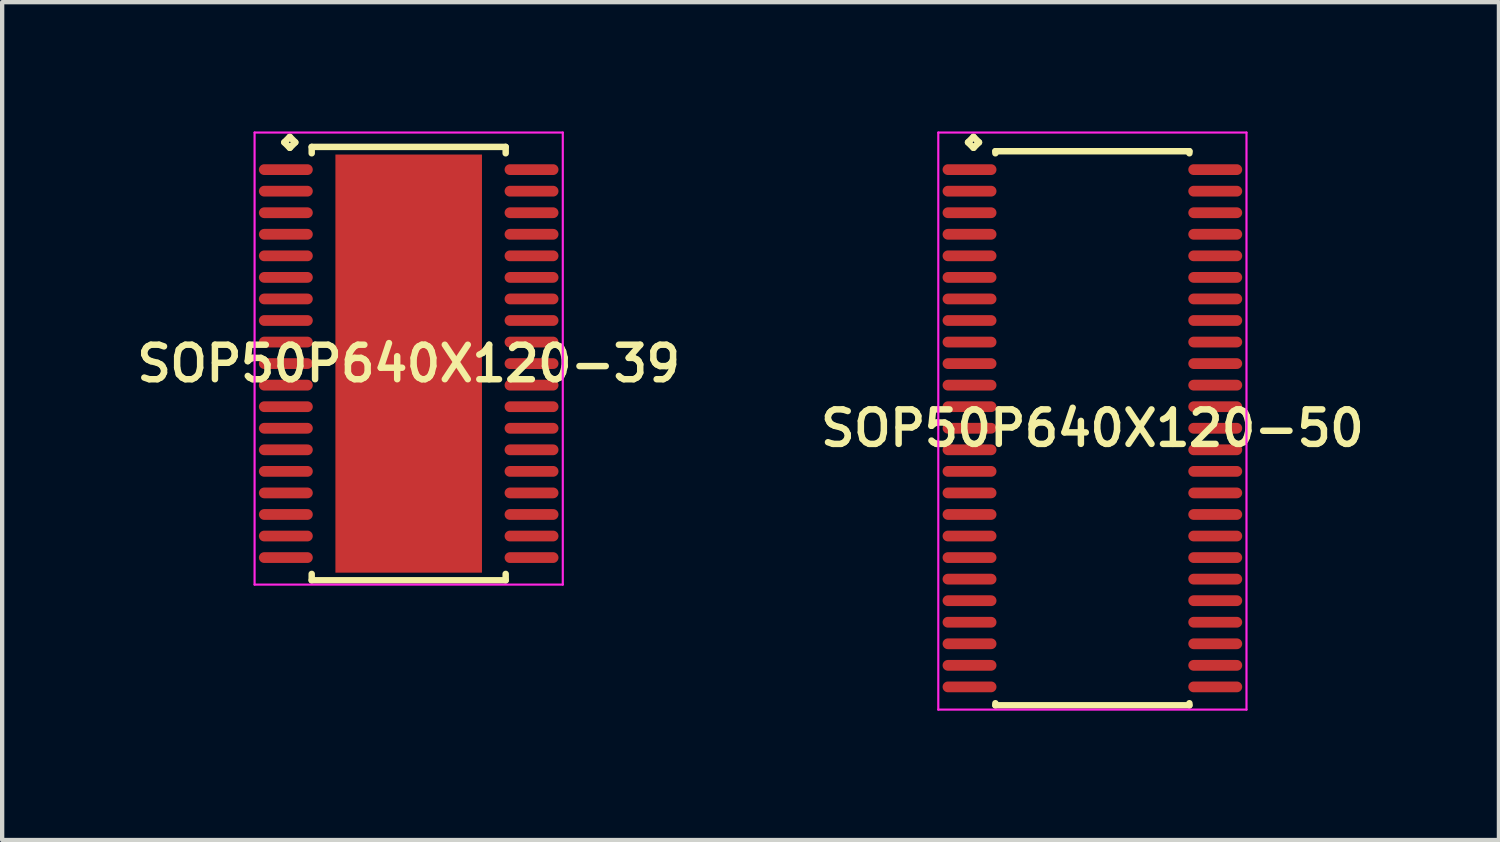
<source format=kicad_pcb>
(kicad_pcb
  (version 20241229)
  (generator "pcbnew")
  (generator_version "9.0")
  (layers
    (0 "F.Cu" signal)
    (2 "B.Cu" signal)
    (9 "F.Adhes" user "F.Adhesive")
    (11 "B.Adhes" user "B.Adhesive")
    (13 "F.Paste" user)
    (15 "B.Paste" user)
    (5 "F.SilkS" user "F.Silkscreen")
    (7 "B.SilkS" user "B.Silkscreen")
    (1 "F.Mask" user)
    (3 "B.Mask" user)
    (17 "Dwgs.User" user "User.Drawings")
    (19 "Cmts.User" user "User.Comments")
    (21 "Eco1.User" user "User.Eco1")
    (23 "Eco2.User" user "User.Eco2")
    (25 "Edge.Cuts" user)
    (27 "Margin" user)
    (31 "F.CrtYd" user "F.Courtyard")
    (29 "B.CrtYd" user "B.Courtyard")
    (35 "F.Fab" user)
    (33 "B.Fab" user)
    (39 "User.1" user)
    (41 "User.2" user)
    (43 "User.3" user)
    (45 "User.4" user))
  (footprint "SOP50P640X120-39"
    (layer "F.Cu")
    (at 6.431 5.385)
    (property "Reference" "SOP50P640X120-39" (at 0 0 0) (layer "F.SilkS") (effects (font (size 0.8 0.8) (thickness 0.15))))
    (attr smd)
    (fp_line (start -2.885 -5.133) (end -2.758 -5.26) (stroke (width 0.15) (type solid)) (layer "F.SilkS"))
    (fp_line (start -2.758 -5.26) (end -2.631 -5.133) (stroke (width 0.15) (type solid)) (layer "F.SilkS"))
    (fp_line (start -2.758 -5.006) (end -2.885 -5.133) (stroke (width 0.15) (type solid)) (layer "F.SilkS"))
    (fp_line (start -2.631 -5.133) (end -2.758 -5.006) (stroke (width 0.15) (type solid)) (layer "F.SilkS"))
    (fp_line (start -2.25 -5.027) (end 2.25 -5.027) (stroke (width 0.15) (type solid)) (layer "F.SilkS"))
    (fp_line (start -2.25 -4.879) (end -2.25 -5.027) (stroke (width 0.15) (type solid)) (layer "F.SilkS"))
    (fp_line (start -2.25 4.879) (end -2.25 5.027) (stroke (width 0.15) (type solid)) (layer "F.SilkS"))
    (fp_line (start -2.25 5.027) (end 2.25 5.027) (stroke (width 0.15) (type solid)) (layer "F.SilkS"))
    (fp_line (start 2.25 -5.027) (end 2.25 -4.879) (stroke (width 0.15) (type solid)) (layer "F.SilkS"))
    (fp_line (start 2.25 5.027) (end 2.25 4.879) (stroke (width 0.15) (type solid)) (layer "F.SilkS"))
    (fp_line (start -3.575 -5.36) (end 3.575 -5.36) (stroke (width 0.05) (type solid)) (layer "F.CrtYd"))
    (fp_line (start -3.575 5.127) (end -3.575 -5.36) (stroke (width 0.05) (type solid)) (layer "F.CrtYd"))
    (fp_line (start 3.575 -5.36) (end 3.575 5.127) (stroke (width 0.05) (type solid)) (layer "F.CrtYd"))
    (fp_line (start 3.575 5.127) (end -3.575 5.127) (stroke (width 0.05) (type solid)) (layer "F.CrtYd"))
    (pad "1" smd oval (at -2.85 -4.5) (size 1.25 0.25) (layers "F.Cu" "F.Mask" "F.Paste"))
    (pad "2" smd oval (at -2.85 -4) (size 1.25 0.25) (layers "F.Cu" "F.Mask" "F.Paste"))
    (pad "3" smd oval (at -2.85 -3.5) (size 1.25 0.25) (layers "F.Cu" "F.Mask" "F.Paste"))
    (pad "4" smd oval (at -2.85 -3) (size 1.25 0.25) (layers "F.Cu" "F.Mask" "F.Paste"))
    (pad "5" smd oval (at -2.85 -2.5) (size 1.25 0.25) (layers "F.Cu" "F.Mask" "F.Paste"))
    (pad "6" smd oval (at -2.85 -2) (size 1.25 0.25) (layers "F.Cu" "F.Mask" "F.Paste"))
    (pad "7" smd oval (at -2.85 -1.5) (size 1.25 0.25) (layers "F.Cu" "F.Mask" "F.Paste"))
    (pad "8" smd oval (at -2.85 -1) (size 1.25 0.25) (layers "F.Cu" "F.Mask" "F.Paste"))
    (pad "9" smd oval (at -2.85 -0.5) (size 1.25 0.25) (layers "F.Cu" "F.Mask" "F.Paste"))
    (pad "10" smd oval (at -2.85 0) (size 1.25 0.25) (layers "F.Cu" "F.Mask" "F.Paste"))
    (pad "11" smd oval (at -2.85 0.5) (size 1.25 0.25) (layers "F.Cu" "F.Mask" "F.Paste"))
    (pad "12" smd oval (at -2.85 1) (size 1.25 0.25) (layers "F.Cu" "F.Mask" "F.Paste"))
    (pad "13" smd oval (at -2.85 1.5) (size 1.25 0.25) (layers "F.Cu" "F.Mask" "F.Paste"))
    (pad "14" smd oval (at -2.85 2) (size 1.25 0.25) (layers "F.Cu" "F.Mask" "F.Paste"))
    (pad "15" smd oval (at -2.85 2.5) (size 1.25 0.25) (layers "F.Cu" "F.Mask" "F.Paste"))
    (pad "16" smd oval (at -2.85 3) (size 1.25 0.25) (layers "F.Cu" "F.Mask" "F.Paste"))
    (pad "17" smd oval (at -2.85 3.5) (size 1.25 0.25) (layers "F.Cu" "F.Mask" "F.Paste"))
    (pad "18" smd oval (at -2.85 4) (size 1.25 0.25) (layers "F.Cu" "F.Mask" "F.Paste"))
    (pad "19" smd oval (at -2.85 4.5) (size 1.25 0.25) (layers "F.Cu" "F.Mask" "F.Paste"))
    (pad "20" smd oval (at 2.85 4.5) (size 1.25 0.25) (layers "F.Cu" "F.Mask" "F.Paste"))
    (pad "21" smd oval (at 2.85 4) (size 1.25 0.25) (layers "F.Cu" "F.Mask" "F.Paste"))
    (pad "22" smd oval (at 2.85 3.5) (size 1.25 0.25) (layers "F.Cu" "F.Mask" "F.Paste"))
    (pad "23" smd oval (at 2.85 3) (size 1.25 0.25) (layers "F.Cu" "F.Mask" "F.Paste"))
    (pad "24" smd oval (at 2.85 2.5) (size 1.25 0.25) (layers "F.Cu" "F.Mask" "F.Paste"))
    (pad "25" smd oval (at 2.85 2) (size 1.25 0.25) (layers "F.Cu" "F.Mask" "F.Paste"))
    (pad "26" smd oval (at 2.85 1.5) (size 1.25 0.25) (layers "F.Cu" "F.Mask" "F.Paste"))
    (pad "27" smd oval (at 2.85 1) (size 1.25 0.25) (layers "F.Cu" "F.Mask" "F.Paste"))
    (pad "28" smd oval (at 2.85 0.5) (size 1.25 0.25) (layers "F.Cu" "F.Mask" "F.Paste"))
    (pad "29" smd oval (at 2.85 0) (size 1.25 0.25) (layers "F.Cu" "F.Mask" "F.Paste"))
    (pad "30" smd oval (at 2.85 -0.5) (size 1.25 0.25) (layers "F.Cu" "F.Mask" "F.Paste"))
    (pad "31" smd oval (at 2.85 -1) (size 1.25 0.25) (layers "F.Cu" "F.Mask" "F.Paste"))
    (pad "32" smd oval (at 2.85 -1.5) (size 1.25 0.25) (layers "F.Cu" "F.Mask" "F.Paste"))
    (pad "33" smd oval (at 2.85 -2) (size 1.25 0.25) (layers "F.Cu" "F.Mask" "F.Paste"))
    (pad "34" smd oval (at 2.85 -2.5) (size 1.25 0.25) (layers "F.Cu" "F.Mask" "F.Paste"))
    (pad "35" smd oval (at 2.85 -3) (size 1.25 0.25) (layers "F.Cu" "F.Mask" "F.Paste"))
    (pad "36" smd oval (at 2.85 -3.5) (size 1.25 0.25) (layers "F.Cu" "F.Mask" "F.Paste"))
    (pad "37" smd oval (at 2.85 -4) (size 1.25 0.25) (layers "F.Cu" "F.Mask" "F.Paste"))
    (pad "38" smd oval (at 2.85 -4.5) (size 1.25 0.25) (layers "F.Cu" "F.Mask" "F.Paste"))
    (pad "39" smd rect (at 0 0) (size 3.4 9.7) (layers "F.Cu" "F.Mask" "F.Paste")))
  (footprint "SOP50P640X120-50"
    (layer "F.Cu")
    (at 22.292 6.885)
    (property "Reference" "SOP50P640X120-50" (at 0 0 0) (layer "F.SilkS") (effects (font (size 0.8 0.8) (thickness 0.15))))
    (attr smd)
    (fp_line (start -2.885 -6.633) (end -2.758 -6.76) (stroke (width 0.15) (type solid)) (layer "F.SilkS"))
    (fp_line (start -2.758 -6.76) (end -2.631 -6.633) (stroke (width 0.15) (type solid)) (layer "F.SilkS"))
    (fp_line (start -2.758 -6.506) (end -2.885 -6.633) (stroke (width 0.15) (type solid)) (layer "F.SilkS"))
    (fp_line (start -2.631 -6.633) (end -2.758 -6.506) (stroke (width 0.15) (type solid)) (layer "F.SilkS"))
    (fp_line (start -2.25 -6.427) (end 2.25 -6.427) (stroke (width 0.15) (type solid)) (layer "F.SilkS"))
    (fp_line (start -2.25 -6.379) (end -2.25 -6.427) (stroke (width 0.15) (type solid)) (layer "F.SilkS"))
    (fp_line (start -2.25 6.379) (end -2.25 6.427) (stroke (width 0.15) (type solid)) (layer "F.SilkS"))
    (fp_line (start -2.25 6.427) (end 2.25 6.427) (stroke (width 0.15) (type solid)) (layer "F.SilkS"))
    (fp_line (start 2.25 -6.427) (end 2.25 -6.379) (stroke (width 0.15) (type solid)) (layer "F.SilkS"))
    (fp_line (start 2.25 6.427) (end 2.25 6.379) (stroke (width 0.15) (type solid)) (layer "F.SilkS"))
    (fp_line (start -3.575 -6.86) (end 3.575 -6.86) (stroke (width 0.05) (type solid)) (layer "F.CrtYd"))
    (fp_line (start -3.575 6.527) (end -3.575 -6.86) (stroke (width 0.05) (type solid)) (layer "F.CrtYd"))
    (fp_line (start 3.575 -6.86) (end 3.575 6.527) (stroke (width 0.05) (type solid)) (layer "F.CrtYd"))
    (fp_line (start 3.575 6.527) (end -3.575 6.527) (stroke (width 0.05) (type solid)) (layer "F.CrtYd"))
    (pad "1" smd oval (at -2.85 -6) (size 1.25 0.25) (layers "F.Cu" "F.Mask" "F.Paste"))
    (pad "2" smd oval (at -2.85 -5.5) (size 1.25 0.25) (layers "F.Cu" "F.Mask" "F.Paste"))
    (pad "3" smd oval (at -2.85 -5) (size 1.25 0.25) (layers "F.Cu" "F.Mask" "F.Paste"))
    (pad "4" smd oval (at -2.85 -4.5) (size 1.25 0.25) (layers "F.Cu" "F.Mask" "F.Paste"))
    (pad "5" smd oval (at -2.85 -4) (size 1.25 0.25) (layers "F.Cu" "F.Mask" "F.Paste"))
    (pad "6" smd oval (at -2.85 -3.5) (size 1.25 0.25) (layers "F.Cu" "F.Mask" "F.Paste"))
    (pad "7" smd oval (at -2.85 -3) (size 1.25 0.25) (layers "F.Cu" "F.Mask" "F.Paste"))
    (pad "8" smd oval (at -2.85 -2.5) (size 1.25 0.25) (layers "F.Cu" "F.Mask" "F.Paste"))
    (pad "9" smd oval (at -2.85 -2) (size 1.25 0.25) (layers "F.Cu" "F.Mask" "F.Paste"))
    (pad "10" smd oval (at -2.85 -1.5) (size 1.25 0.25) (layers "F.Cu" "F.Mask" "F.Paste"))
    (pad "11" smd oval (at -2.85 -1) (size 1.25 0.25) (layers "F.Cu" "F.Mask" "F.Paste"))
    (pad "12" smd oval (at -2.85 -0.5) (size 1.25 0.25) (layers "F.Cu" "F.Mask" "F.Paste"))
    (pad "13" smd oval (at -2.85 0) (size 1.25 0.25) (layers "F.Cu" "F.Mask" "F.Paste"))
    (pad "14" smd oval (at -2.85 0.5) (size 1.25 0.25) (layers "F.Cu" "F.Mask" "F.Paste"))
    (pad "15" smd oval (at -2.85 1) (size 1.25 0.25) (layers "F.Cu" "F.Mask" "F.Paste"))
    (pad "16" smd oval (at -2.85 1.5) (size 1.25 0.25) (layers "F.Cu" "F.Mask" "F.Paste"))
    (pad "17" smd oval (at -2.85 2) (size 1.25 0.25) (layers "F.Cu" "F.Mask" "F.Paste"))
    (pad "18" smd oval (at -2.85 2.5) (size 1.25 0.25) (layers "F.Cu" "F.Mask" "F.Paste"))
    (pad "19" smd oval (at -2.85 3) (size 1.25 0.25) (layers "F.Cu" "F.Mask" "F.Paste"))
    (pad "20" smd oval (at -2.85 3.5) (size 1.25 0.25) (layers "F.Cu" "F.Mask" "F.Paste"))
    (pad "21" smd oval (at -2.85 4) (size 1.25 0.25) (layers "F.Cu" "F.Mask" "F.Paste"))
    (pad "22" smd oval (at -2.85 4.5) (size 1.25 0.25) (layers "F.Cu" "F.Mask" "F.Paste"))
    (pad "23" smd oval (at -2.85 5) (size 1.25 0.25) (layers "F.Cu" "F.Mask" "F.Paste"))
    (pad "24" smd oval (at -2.85 5.5) (size 1.25 0.25) (layers "F.Cu" "F.Mask" "F.Paste"))
    (pad "25" smd oval (at -2.85 6) (size 1.25 0.25) (layers "F.Cu" "F.Mask" "F.Paste"))
    (pad "26" smd oval (at 2.85 6) (size 1.25 0.25) (layers "F.Cu" "F.Mask" "F.Paste"))
    (pad "27" smd oval (at 2.85 5.5) (size 1.25 0.25) (layers "F.Cu" "F.Mask" "F.Paste"))
    (pad "28" smd oval (at 2.85 5) (size 1.25 0.25) (layers "F.Cu" "F.Mask" "F.Paste"))
    (pad "29" smd oval (at 2.85 4.5) (size 1.25 0.25) (layers "F.Cu" "F.Mask" "F.Paste"))
    (pad "30" smd oval (at 2.85 4) (size 1.25 0.25) (layers "F.Cu" "F.Mask" "F.Paste"))
    (pad "31" smd oval (at 2.85 3.5) (size 1.25 0.25) (layers "F.Cu" "F.Mask" "F.Paste"))
    (pad "32" smd oval (at 2.85 3) (size 1.25 0.25) (layers "F.Cu" "F.Mask" "F.Paste"))
    (pad "33" smd oval (at 2.85 2.5) (size 1.25 0.25) (layers "F.Cu" "F.Mask" "F.Paste"))
    (pad "34" smd oval (at 2.85 2) (size 1.25 0.25) (layers "F.Cu" "F.Mask" "F.Paste"))
    (pad "35" smd oval (at 2.85 1.5) (size 1.25 0.25) (layers "F.Cu" "F.Mask" "F.Paste"))
    (pad "36" smd oval (at 2.85 1) (size 1.25 0.25) (layers "F.Cu" "F.Mask" "F.Paste"))
    (pad "37" smd oval (at 2.85 0.5) (size 1.25 0.25) (layers "F.Cu" "F.Mask" "F.Paste"))
    (pad "38" smd oval (at 2.85 0) (size 1.25 0.25) (layers "F.Cu" "F.Mask" "F.Paste"))
    (pad "39" smd oval (at 2.85 -0.5) (size 1.25 0.25) (layers "F.Cu" "F.Mask" "F.Paste"))
    (pad "40" smd oval (at 2.85 -1) (size 1.25 0.25) (layers "F.Cu" "F.Mask" "F.Paste"))
    (pad "41" smd oval (at 2.85 -1.5) (size 1.25 0.25) (layers "F.Cu" "F.Mask" "F.Paste"))
    (pad "42" smd oval (at 2.85 -2) (size 1.25 0.25) (layers "F.Cu" "F.Mask" "F.Paste"))
    (pad "43" smd oval (at 2.85 -2.5) (size 1.25 0.25) (layers "F.Cu" "F.Mask" "F.Paste"))
    (pad "44" smd oval (at 2.85 -3) (size 1.25 0.25) (layers "F.Cu" "F.Mask" "F.Paste"))
    (pad "45" smd oval (at 2.85 -3.5) (size 1.25 0.25) (layers "F.Cu" "F.Mask" "F.Paste"))
    (pad "46" smd oval (at 2.85 -4) (size 1.25 0.25) (layers "F.Cu" "F.Mask" "F.Paste"))
    (pad "47" smd oval (at 2.85 -4.5) (size 1.25 0.25) (layers "F.Cu" "F.Mask" "F.Paste"))
    (pad "48" smd oval (at 2.85 -5) (size 1.25 0.25) (layers "F.Cu" "F.Mask" "F.Paste"))
    (pad "49" smd oval (at 2.85 -5.5) (size 1.25 0.25) (layers "F.Cu" "F.Mask" "F.Paste"))
    (pad "50" smd oval (at 2.85 -6) (size 1.25 0.25) (layers "F.Cu" "F.Mask" "F.Paste")))
  (gr_rect
    (start -3 -3)
    (end 31.723 16.437)
    (stroke (width 0.1) (type default))
    (fill no)
    (layer "Edge.Cuts")))
</source>
